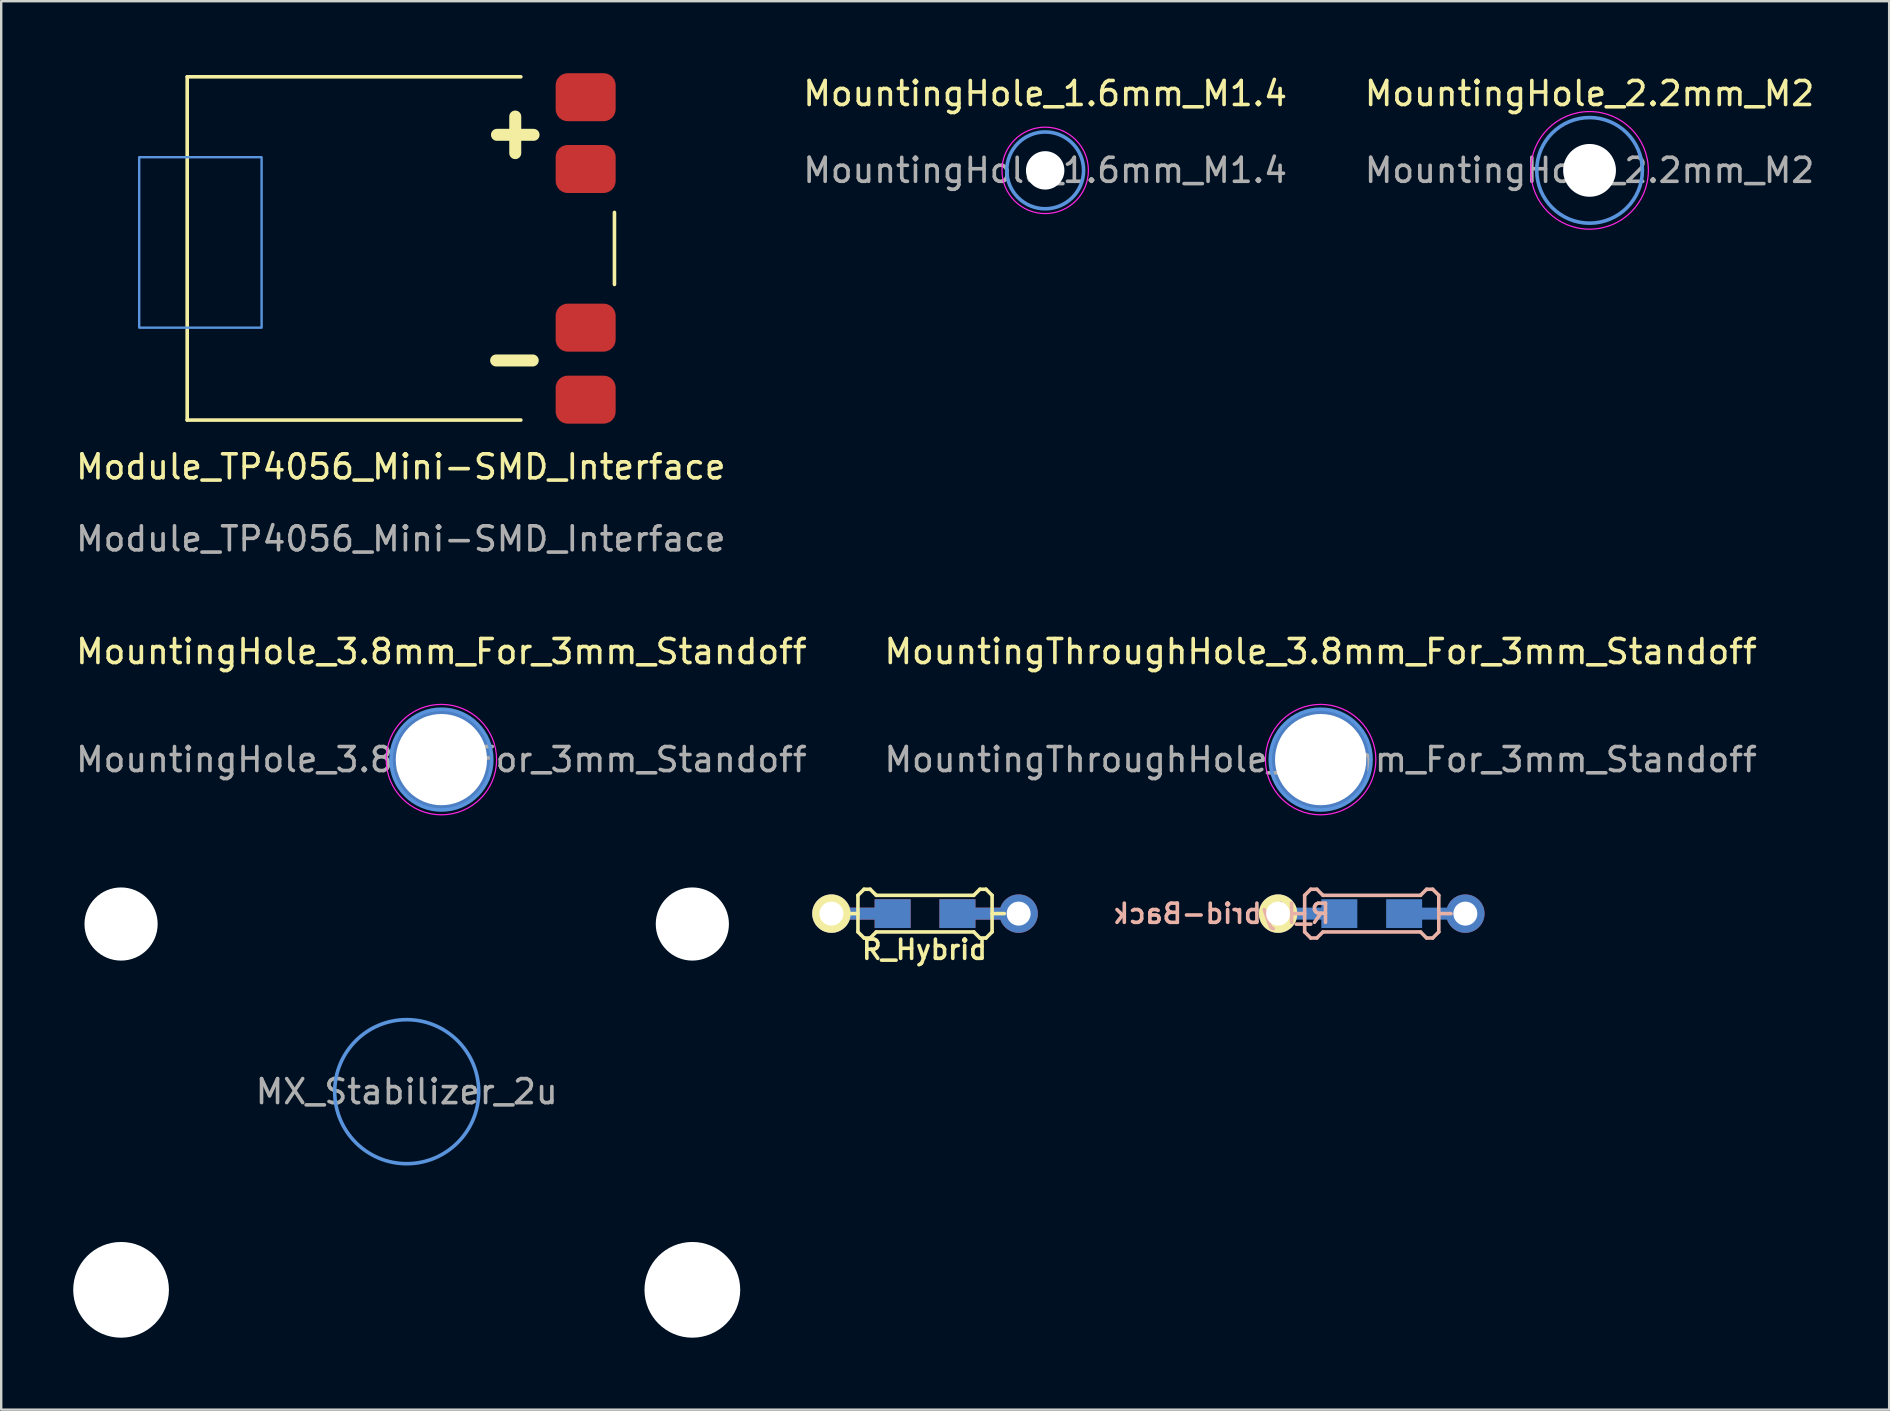
<source format=kicad_pcb>
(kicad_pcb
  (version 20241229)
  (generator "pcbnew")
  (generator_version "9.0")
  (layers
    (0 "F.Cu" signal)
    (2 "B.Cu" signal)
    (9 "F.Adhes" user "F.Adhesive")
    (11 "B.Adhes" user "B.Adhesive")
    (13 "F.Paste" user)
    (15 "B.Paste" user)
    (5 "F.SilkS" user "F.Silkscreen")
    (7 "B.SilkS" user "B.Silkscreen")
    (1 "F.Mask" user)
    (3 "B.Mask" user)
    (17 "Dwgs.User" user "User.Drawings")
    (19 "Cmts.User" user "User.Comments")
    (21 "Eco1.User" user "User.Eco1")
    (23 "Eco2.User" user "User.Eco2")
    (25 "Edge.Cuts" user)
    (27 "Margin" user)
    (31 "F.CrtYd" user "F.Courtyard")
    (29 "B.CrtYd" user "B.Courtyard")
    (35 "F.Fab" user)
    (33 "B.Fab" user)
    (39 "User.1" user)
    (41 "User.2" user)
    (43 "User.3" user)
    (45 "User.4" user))
  (footprint "R_Hybrid-Back"
    (layer "F.Cu")
    (at 54.098 35.013)
    (property "Reference" "R_Hybrid-Back" (at -6.251 0 0) (layer "B.SilkS") (effects (font (size 0.8 0.8) (thickness 0.15)) (justify mirror)))
    (attr smd)
    (fp_line (start -3.302 0) (end -2.794 0) (stroke (width 0.15) (type solid)) (layer "B.SilkS"))
    (fp_line (start -2.794 -0.762) (end -2.54 -1.016) (stroke (width 0.15) (type solid)) (layer "B.SilkS"))
    (fp_line (start -2.794 0.762) (end -2.794 -0.762) (stroke (width 0.15) (type solid)) (layer "B.SilkS"))
    (fp_line (start -2.54 -1.016) (end -2.286 -1.016) (stroke (width 0.15) (type solid)) (layer "B.SilkS"))
    (fp_line (start -2.54 1.016) (end -2.794 0.762) (stroke (width 0.15) (type solid)) (layer "B.SilkS"))
    (fp_line (start -2.286 -1.016) (end -2.032 -0.762) (stroke (width 0.15) (type solid)) (layer "B.SilkS"))
    (fp_line (start -2.286 1.016) (end -2.54 1.016) (stroke (width 0.15) (type solid)) (layer "B.SilkS"))
    (fp_line (start -2.032 -0.762) (end 2.032 -0.762) (stroke (width 0.15) (type solid)) (layer "B.SilkS"))
    (fp_line (start -2.032 0.762) (end -2.286 1.016) (stroke (width 0.15) (type solid)) (layer "B.SilkS"))
    (fp_line (start 2.032 -0.762) (end 2.286 -1.016) (stroke (width 0.15) (type solid)) (layer "B.SilkS"))
    (fp_line (start 2.032 0.762) (end -2.032 0.762) (stroke (width 0.15) (type solid)) (layer "B.SilkS"))
    (fp_line (start 2.286 -1.016) (end 2.54 -1.016) (stroke (width 0.15) (type solid)) (layer "B.SilkS"))
    (fp_line (start 2.286 1.016) (end 2.032 0.762) (stroke (width 0.15) (type solid)) (layer "B.SilkS"))
    (fp_line (start 2.54 -1.016) (end 2.794 -0.762) (stroke (width 0.15) (type solid)) (layer "B.SilkS"))
    (fp_line (start 2.54 1.016) (end 2.286 1.016) (stroke (width 0.15) (type solid)) (layer "B.SilkS"))
    (fp_line (start 2.794 -0.762) (end 2.794 0.762) (stroke (width 0.15) (type solid)) (layer "B.SilkS"))
    (fp_line (start 2.794 0) (end 3.302 0) (stroke (width 0.15) (type solid)) (layer "B.SilkS"))
    (fp_line (start 2.794 0.762) (end 2.54 1.016) (stroke (width 0.15) (type solid)) (layer "B.SilkS"))
    (pad "1" smd rect (at 1.35 0) (size 1.5 1.2) (layers "B.Cu" "B.Mask" "B.Paste"))
    (pad "1" smd rect (at 2.5 0) (size 2.9 0.5) (layers "B.Cu"))
    (pad "1" thru_hole circle (at 3.9 0) (size 1.6 1.6) (drill 1) (layers "*.Cu" "*.Mask"))
    (pad "2" thru_hole circle (at -3.9 0) (size 1.6 1.6) (drill 1) (layers "*.Cu" "*.Mask" "F.SilkS"))
    (pad "2" smd rect (at -2.5 0) (size 2.9 0.5) (layers "B.Cu"))
    (pad "2" smd rect (at -1.35 0) (size 1.5 1.2) (layers "B.Cu" "B.Mask" "B.Paste")))
  (footprint "MountingHole_3.8mm_For_3mm_Standoff"
    (layer "F.Cu")
    (at 15.339 28.596)
    (property "Reference" "MountingHole_3.8mm_For_3mm_Standoff" (at 0 -4.5 0) (layer "F.SilkS") (effects (font (size 1 1) (thickness 0.15))))
    (attr exclude_from_pos_files exclude_from_bom)
    (fp_circle (center 0 0) (end 2.1 0) (stroke (width 0.15) (type solid)) (fill no) (layer "Cmts.User"))
    (fp_circle (center 0 0) (end 2.3 0) (stroke (width 0.05) (type solid)) (fill no) (layer "F.CrtYd"))
    (fp_text user "${REFERENCE}" (at 0 0 0) (layer "F.Fab") (effects (font (size 1 1) (thickness 0.15))))
    (pad "1" thru_hole circle (at 0 0) (size 4.2 4.2) (drill 3.8) (layers "*.Cu" "*.Mask")))
  (footprint "R_Hybrid"
    (layer "F.Cu")
    (at 35.488 35.013)
    (property "Reference" "R_Hybrid" (at -0.025 1.5 0) (layer "F.SilkS") (effects (font (size 0.8 0.8) (thickness 0.15))))
    (attr smd)
    (fp_line (start -3.302 0) (end -2.794 0) (stroke (width 0.15) (type solid)) (layer "F.SilkS"))
    (fp_line (start -2.794 -0.762) (end -2.54 -1.016) (stroke (width 0.15) (type solid)) (layer "F.SilkS"))
    (fp_line (start -2.794 0.762) (end -2.794 -0.762) (stroke (width 0.15) (type solid)) (layer "F.SilkS"))
    (fp_line (start -2.54 -1.016) (end -2.286 -1.016) (stroke (width 0.15) (type solid)) (layer "F.SilkS"))
    (fp_line (start -2.54 1.016) (end -2.794 0.762) (stroke (width 0.15) (type solid)) (layer "F.SilkS"))
    (fp_line (start -2.286 -1.016) (end -2.032 -0.762) (stroke (width 0.15) (type solid)) (layer "F.SilkS"))
    (fp_line (start -2.286 1.016) (end -2.54 1.016) (stroke (width 0.15) (type solid)) (layer "F.SilkS"))
    (fp_line (start -2.032 -0.762) (end 2.032 -0.762) (stroke (width 0.15) (type solid)) (layer "F.SilkS"))
    (fp_line (start -2.032 0.762) (end -2.286 1.016) (stroke (width 0.15) (type solid)) (layer "F.SilkS"))
    (fp_line (start 2.032 -0.762) (end 2.286 -1.016) (stroke (width 0.15) (type solid)) (layer "F.SilkS"))
    (fp_line (start 2.032 0.762) (end -2.032 0.762) (stroke (width 0.15) (type solid)) (layer "F.SilkS"))
    (fp_line (start 2.286 -1.016) (end 2.54 -1.016) (stroke (width 0.15) (type solid)) (layer "F.SilkS"))
    (fp_line (start 2.286 1.016) (end 2.032 0.762) (stroke (width 0.15) (type solid)) (layer "F.SilkS"))
    (fp_line (start 2.54 -1.016) (end 2.794 -0.762) (stroke (width 0.15) (type solid)) (layer "F.SilkS"))
    (fp_line (start 2.54 1.016) (end 2.286 1.016) (stroke (width 0.15) (type solid)) (layer "F.SilkS"))
    (fp_line (start 2.794 -0.762) (end 2.794 0.762) (stroke (width 0.15) (type solid)) (layer "F.SilkS"))
    (fp_line (start 2.794 0) (end 3.302 0) (stroke (width 0.15) (type solid)) (layer "F.SilkS"))
    (fp_line (start 2.794 0.762) (end 2.54 1.016) (stroke (width 0.15) (type solid)) (layer "F.SilkS"))
    (pad "1" smd rect (at 1.35 0) (size 1.5 1.2) (layers "F.Cu" "F.Mask" "F.Paste"))
    (pad "1" smd rect (at 1.35 0) (size 1.5 1.2) (layers "B.Cu" "B.Mask" "B.Paste"))
    (pad "1" smd rect (at 2.5 0) (size 2.9 0.5) (layers "F.Cu"))
    (pad "1" smd rect (at 2.5 0) (size 2.9 0.5) (layers "B.Cu"))
    (pad "1" thru_hole circle (at 3.9 0) (size 1.6 1.6) (drill 1) (layers "*.Cu" "*.Mask"))
    (pad "2" thru_hole circle (at -3.9 0) (size 1.6 1.6) (drill 1) (layers "*.Cu" "*.Mask" "F.SilkS"))
    (pad "2" smd rect (at -2.5 0) (size 2.9 0.5) (layers "F.Cu"))
    (pad "2" smd rect (at -2.5 0) (size 2.9 0.5) (layers "B.Cu"))
    (pad "2" smd rect (at -1.35 0) (size 1.5 1.2) (layers "F.Cu" "F.Mask" "F.Paste"))
    (pad "2" smd rect (at -1.35 0) (size 1.5 1.2) (layers "B.Cu" "B.Mask" "B.Paste")))
  (footprint "MountingThroughHole_3.8mm_For_3mm_Standoff"
    (layer "F.Cu")
    (at 51.97 28.596)
    (property "Reference" "MountingThroughHole_3.8mm_For_3mm_Standoff" (at 0 -4.5 0) (layer "F.SilkS") (effects (font (size 1 1) (thickness 0.15))))
    (attr exclude_from_pos_files exclude_from_bom)
    (fp_circle (center 0 0) (end 2.1 0) (stroke (width 0.15) (type solid)) (fill no) (layer "Cmts.User"))
    (fp_circle (center 0 0) (end 2.3 0) (stroke (width 0.05) (type solid)) (fill no) (layer "F.CrtYd"))
    (fp_text user "${REFERENCE}" (at 0 0 0) (layer "F.Fab") (effects (font (size 1 1) (thickness 0.15))))
    (pad "1" thru_hole circle (at 0 0) (size 4.2 4.2) (drill 3.8) (layers "*.Cu" "*.Mask")))
  (footprint "Module_TP4056_Mini-SMD_Interface"
    (layer "F.Cu")
    (at 13.649 7.3)
    (property "Reference" "Module_TP4056_Mini-SMD_Interface" (at 0 9.1 0) (unlocked yes) (layer "F.SilkS") (effects (font (size 1 1) (thickness 0.15))))
    (attr smd)
    (fp_line (start -8.9 -7.15) (end -8.9 7.15) (stroke (width 0.15) (type default)) (layer "F.SilkS"))
    (fp_line (start -8.9 7.15) (end 5 7.15) (stroke (width 0.15) (type default)) (layer "F.SilkS"))
    (fp_line (start 5 -7.15) (end -8.9 -7.15) (stroke (width 0.15) (type default)) (layer "F.SilkS"))
    (fp_line (start 8.9 -1.5) (end 8.9 1.5) (stroke (width 0.15) (type default)) (layer "F.SilkS"))
    (fp_rect (start -10.9 -3.8) (end -5.8 3.3) (stroke (width 0.1) (type default)) (fill no) (layer "Cmts.User"))
    (fp_text user "-" (at 6.3 5.7 0) (unlocked yes) (layer "F.SilkS") (effects (font (size 2 2) (thickness 0.5) (bold yes)) (justify left bottom mirror)))
    (fp_text user "+" (at 3.2 -3.7 0) (unlocked yes) (layer "F.SilkS") (effects (font (size 2 2) (thickness 0.5) (bold yes)) (justify left bottom)))
    (fp_text user "${REFERENCE}" (at 0 12.1 0) (unlocked yes) (layer "F.Fab") (effects (font (size 1 1) (thickness 0.15))))
    (pad "1" smd roundrect (at 7.7 -3.31) (size 2.5 2) (layers "F.Cu" "F.Mask" "F.Paste") (roundrect_rratio 0.25))
    (pad "2" smd roundrect (at 7.7 3.3) (size 2.5 2) (layers "F.Cu" "F.Mask" "F.Paste") (roundrect_rratio 0.25))
    (pad "3" smd roundrect (at 7.7 -6.3) (size 2.5 2) (layers "F.Cu" "F.Mask" "F.Paste") (roundrect_rratio 0.25))
    (pad "4" smd roundrect (at 7.7 6.3) (size 2.5 2) (layers "F.Cu" "F.Mask" "F.Paste") (roundrect_rratio 0.25)))
  (footprint "MountingHole_2.2mm_M2"
    (layer "F.Cu")
    (at 63.173 4.048)
    (property "Reference" "MountingHole_2.2mm_M2" (at 0 -3.2 0) (layer "F.SilkS") (effects (font (size 1 1) (thickness 0.15))))
    (attr exclude_from_pos_files exclude_from_bom)
    (fp_circle (center 0 0) (end 2.2 0) (stroke (width 0.15) (type solid)) (fill no) (layer "Cmts.User"))
    (fp_circle (center 0 0) (end 2.45 0) (stroke (width 0.05) (type solid)) (fill no) (layer "F.CrtYd"))
    (fp_text user "${REFERENCE}" (at 0 0 0) (layer "F.Fab") (effects (font (size 1 1) (thickness 0.15))))
    (pad "" np_thru_hole circle (at 0 0) (size 2.2 2.2) (drill 2.2) (layers "*.Cu" "*.Mask")))
  (footprint "MountingHole_1.6mm_M1.4"
    (layer "F.Cu")
    (at 40.494 4.048)
    (property "Reference" "MountingHole_1.6mm_M1.4" (at 0 -3.2 0) (layer "F.SilkS") (effects (font (size 1 1) (thickness 0.15))))
    (attr exclude_from_pos_files exclude_from_bom)
    (fp_circle (center 0 0) (end 1.6 0) (stroke (width 0.15) (type solid)) (fill no) (layer "Cmts.User"))
    (fp_circle (center 0 0) (end 1.8 0) (stroke (width 0.05) (type solid)) (fill no) (layer "F.CrtYd"))
    (fp_text user "${REFERENCE}" (at 0 0 0) (layer "F.Fab") (effects (font (size 1 1) (thickness 0.15))))
    (pad "" np_thru_hole circle (at 0 0) (size 1.6 1.6) (drill 1.6) (layers "*.Cu" "*.Mask")))
  (footprint "MX_Stabilizer_2u"
    (layer "F.Cu")
    (at 13.894 42.431)
    (property "Reference" "MX_Stabilizer_2u" (at 0 0 0) (layer "F.Fab") (effects (font (size 1 1) (thickness 0.15))))
    (attr through_hole)
    (fp_circle (center 0 0) (end 3 0) (stroke (width 0.15) (type solid)) (fill no) (layer "Cmts.User"))
    (pad "" np_thru_hole circle (at -11.9 -6.985) (size 3.048 3.048) (drill 3.048) (layers "*.Cu" "*.Mask"))
    (pad "" np_thru_hole circle (at -11.9 8.255) (size 3.988 3.988) (drill 3.988) (layers "*.Cu" "*.Mask"))
    (pad "" np_thru_hole circle (at 11.9 -6.985) (size 3.048 3.048) (drill 3.048) (layers "*.Cu" "*.Mask"))
    (pad "" np_thru_hole circle (at 11.9 8.255) (size 3.988 3.988) (drill 3.988) (layers "*.Cu" "*.Mask")))
  (gr_rect
    (start -3 -3)
    (end 75.655 55.679)
    (stroke (width 0.1) (type default))
    (fill no)
    (layer "Edge.Cuts")))
</source>
